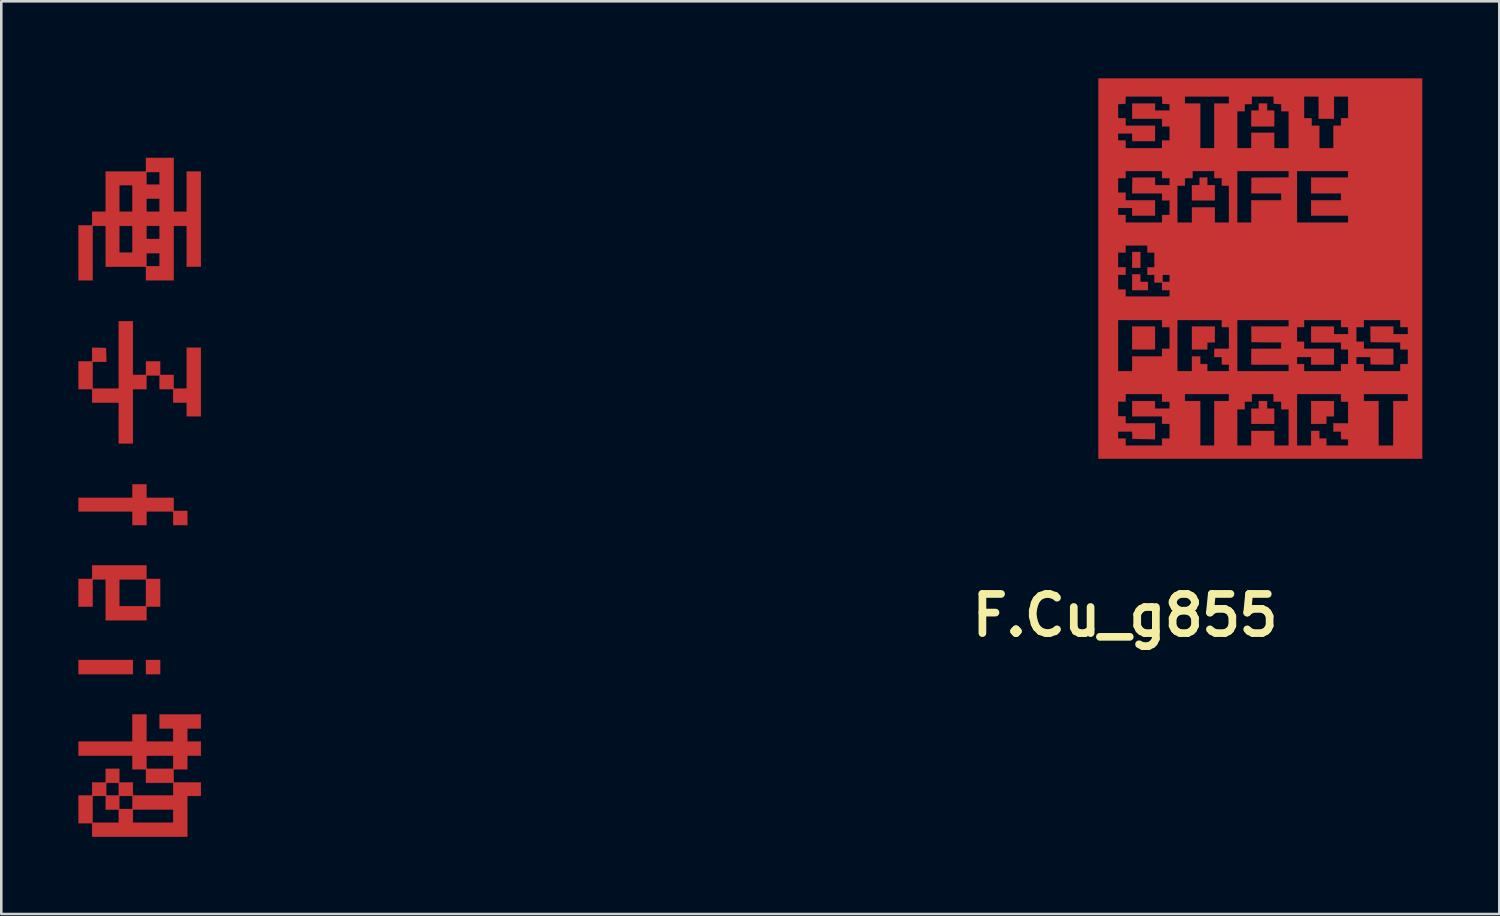
<source format=kicad_pcb>
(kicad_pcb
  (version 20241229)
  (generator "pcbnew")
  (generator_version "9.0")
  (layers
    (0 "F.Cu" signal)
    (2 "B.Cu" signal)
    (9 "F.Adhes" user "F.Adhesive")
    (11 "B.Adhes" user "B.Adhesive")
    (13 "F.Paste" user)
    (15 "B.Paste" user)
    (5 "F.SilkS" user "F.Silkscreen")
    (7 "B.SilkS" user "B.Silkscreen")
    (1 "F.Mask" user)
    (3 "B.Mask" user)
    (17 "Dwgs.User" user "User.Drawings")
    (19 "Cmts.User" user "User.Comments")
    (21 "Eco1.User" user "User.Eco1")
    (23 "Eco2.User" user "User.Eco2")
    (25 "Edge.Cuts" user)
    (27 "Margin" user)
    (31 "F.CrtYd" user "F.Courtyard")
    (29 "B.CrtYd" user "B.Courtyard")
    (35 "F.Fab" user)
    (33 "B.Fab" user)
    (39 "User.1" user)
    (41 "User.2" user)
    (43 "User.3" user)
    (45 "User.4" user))
  (footprint "F.Cu_g855"
    (layer "F.Cu")
    (at 40.73 20.896)
    (property "Reference" "F.Cu_g855" (at 0 0 0) (layer "F.SilkS") (effects (font (size 1.524 1.524) (thickness 0.3))))
    (attr through_hole)
    (fp_poly (pts (xy -38.608 2.286) (xy -40.725 2.286) (xy -40.725 1.736) (xy -38.608 1.736) (xy -38.608 2.286)) (stroke (width 0.01) (type solid)) (fill yes) (layer "F.Cu"))
    (fp_poly (pts (xy -37.55 2.286) (xy -38.1 2.286) (xy -38.1 1.736) (xy -37.55 1.736) (xy -37.55 2.286)) (stroke (width 0.01) (type solid)) (fill yes) (layer "F.Cu"))
    (fp_poly (pts (xy 0.593 -13.525) (xy 0.275 -13.525) (xy 0.275 -14.139) (xy 0.593 -14.139) (xy 0.593 -13.525)) (stroke (width 0.01) (type solid)) (fill yes) (layer "F.Cu"))
    (fp_poly (pts (xy 1.164 -10.351) (xy 0.275 -10.351) (xy 0.275 -11.239) (xy 1.164 -11.239) (xy 1.164 -10.351)) (stroke (width 0.01) (type solid)) (fill yes) (layer "F.Cu"))
    (fp_poly (pts (xy 0.593 -12.975) (xy 0.889 -12.975) (xy 0.889 -12.658) (xy 0.275 -12.658) (xy 0.275 -13.271) (xy 0.593 -13.271) (xy 0.593 -12.975)) (stroke (width 0.01) (type solid)) (fill yes) (layer "F.Cu"))
    (fp_poly (pts (xy 3.493 -10.626) (xy 3.196 -10.626) (xy 3.196 -10.351) (xy 2.603 -10.351) (xy 2.603 -11.239) (xy 3.493 -11.239) (xy 3.493 -10.626)) (stroke (width 0.01) (type solid)) (fill yes) (layer "F.Cu"))
    (fp_poly (pts (xy 8.128 -7.747) (xy 7.832 -7.747) (xy 7.832 -7.451) (xy 7.239 -7.451) (xy 7.239 -8.34) (xy 8.128 -8.34) (xy 8.128 -7.747)) (stroke (width 0.01) (type solid)) (fill yes) (layer "F.Cu"))
    (fp_poly (pts (xy 3.196 -16.743) (xy 3.493 -16.743) (xy 3.493 -16.15) (xy 2.603 -16.15) (xy 2.603 -16.743) (xy 2.9 -16.743) (xy 2.9 -17.039) (xy 3.196 -17.039) (xy 3.196 -16.743)) (stroke (width 0.01) (type solid)) (fill yes) (layer "F.Cu"))
    (fp_poly (pts (xy 5.524 -19.643) (xy 5.8 -19.643) (xy 5.8 -19.029) (xy 4.911 -19.029) (xy 4.911 -19.643) (xy 5.207 -19.643) (xy 5.207 -19.918) (xy 5.524 -19.918) (xy 5.524 -19.643)) (stroke (width 0.01) (type solid)) (fill yes) (layer "F.Cu"))
    (fp_poly (pts (xy 5.524 -8.043) (xy 5.8 -8.043) (xy 5.8 -7.451) (xy 4.911 -7.451) (xy 4.911 -8.043) (xy 5.207 -8.043) (xy 5.207 -8.34) (xy 5.524 -8.34) (xy 5.524 -8.043)) (stroke (width 0.01) (type solid)) (fill yes) (layer "F.Cu"))
    (fp_poly (pts (xy -38.079 -4.572) (xy -37.02 -4.572) (xy -37.02 -4.064) (xy -36.491 -4.064) (xy -36.491 -3.514) (xy -37.042 -3.514) (xy -37.042 -4.043) (xy -38.079 -4.043) (xy -38.079 -3.514) (xy -38.629 -3.514) (xy -38.629 -4.043) (xy -40.725 -4.043) (xy -40.725 -4.572) (xy -38.629 -4.572) (xy -38.629 -5.101) (xy -38.079 -5.101) (xy -38.079 -4.572)) (stroke (width 0.01) (type solid)) (fill yes) (layer "F.Cu"))
    (fp_poly (pts (xy -38.079 -1.418) (xy -37.55 -1.418) (xy -37.55 -0.339) (xy -38.079 -0.339) (xy -38.079 0.191) (xy -39.666 0.191) (xy -39.666 -1.397) (xy -39.137 -1.397) (xy -39.137 -0.36) (xy -38.1 -0.36) (xy -38.1 -1.397) (xy -39.137 -1.397) (xy -39.666 -1.397) (xy -40.174 -1.397) (xy -40.174 -0.339) (xy -40.725 -0.339) (xy -40.725 -1.418) (xy -40.196 -1.418) (xy -40.196 -1.947) (xy -38.079 -1.947) (xy -38.079 -1.418)) (stroke (width 0.01) (type solid)) (fill yes) (layer "F.Cu"))
    (fp_poly (pts (xy -38.608 -9.356) (xy -38.1 -9.356) (xy -38.1 -9.885) (xy -37.55 -9.885) (xy -37.55 -9.356) (xy -37.02 -9.356) (xy -37.02 -8.826) (xy -36.513 -8.826) (xy -36.513 -10.414) (xy -35.962 -10.414) (xy -35.962 -7.747) (xy -36.513 -7.747) (xy -36.513 -8.276) (xy -37.042 -8.276) (xy -37.042 -8.805) (xy -37.571 -8.805) (xy -37.571 -9.335) (xy -38.079 -9.335) (xy -38.079 -8.805) (xy -38.608 -8.805) (xy -38.608 -6.689) (xy -39.158 -6.689) (xy -39.158 -8.276) (xy -40.196 -8.276) (xy -40.196 -8.805) (xy -40.725 -8.805) (xy -40.725 -9.885) (xy -40.196 -9.885) (xy -40.196 -10.415) (xy -39.656 -10.403) (xy -39.644 -9.864) (xy -40.174 -9.864) (xy -40.174 -8.826) (xy -39.158 -8.826) (xy -39.158 -11.451) (xy -38.608 -11.451) (xy -38.608 -9.356)) (stroke (width 0.01) (type solid)) (fill yes) (layer "F.Cu"))
    (fp_poly (pts (xy -37.02 -15.706) (xy -36.513 -15.706) (xy -36.513 -17.272) (xy -35.962 -17.272) (xy -35.962 -13.568) (xy -36.513 -13.568) (xy -36.513 -15.155) (xy -37.02 -15.155) (xy -37.02 -13.039) (xy -38.1 -13.039) (xy -38.1 -13.568) (xy -39.666 -13.568) (xy -39.666 -14.097) (xy -38.079 -14.097) (xy -38.079 -13.589) (xy -37.571 -13.589) (xy -37.571 -14.097) (xy -38.079 -14.097) (xy -39.666 -14.097) (xy -39.666 -15.155) (xy -39.137 -15.155) (xy -39.137 -14.118) (xy -38.629 -14.118) (xy -38.629 -15.155) (xy -38.079 -15.155) (xy -38.079 -14.647) (xy -37.571 -14.647) (xy -37.571 -15.155) (xy -38.079 -15.155) (xy -38.629 -15.155) (xy -39.137 -15.155) (xy -39.666 -15.155) (xy -40.174 -15.155) (xy -40.174 -13.039) (xy -40.725 -13.039) (xy -40.725 -15.177) (xy -40.196 -15.177) (xy -40.196 -15.706) (xy -39.666 -15.706) (xy -39.666 -16.743) (xy -39.137 -16.743) (xy -39.137 -15.706) (xy -38.629 -15.706) (xy -38.629 -16.214) (xy -38.079 -16.214) (xy -38.079 -15.706) (xy -37.571 -15.706) (xy -37.571 -16.214) (xy -38.079 -16.214) (xy -38.629 -16.214) (xy -38.629 -16.743) (xy -39.137 -16.743) (xy -39.666 -16.743) (xy -39.666 -17.251) (xy -38.079 -17.251) (xy -38.079 -16.764) (xy -37.571 -16.764) (xy -37.571 -17.251) (xy -38.079 -17.251) (xy -39.666 -17.251) (xy -39.666 -17.272) (xy -38.1 -17.272) (xy -38.1 -17.801) (xy -37.02 -17.801) (xy -37.02 -15.706)) (stroke (width 0.01) (type solid)) (fill yes) (layer "F.Cu"))
    (fp_poly (pts (xy -38.079 4.911) (xy -37.042 4.911) (xy -37.042 4.403) (xy -37.571 4.403) (xy -37.571 3.852) (xy -35.962 3.852) (xy -35.962 4.403) (xy -36.491 4.403) (xy -36.491 4.911) (xy -35.962 4.911) (xy -35.962 5.461) (xy -36.491 5.461) (xy -36.491 5.99) (xy -37.02 5.99) (xy -37.02 6.498) (xy -35.962 6.498) (xy -35.962 7.027) (xy -36.491 7.027) (xy -36.491 8.615) (xy -40.196 8.615) (xy -40.196 8.086) (xy -40.725 8.086) (xy -40.725 7.027) (xy -40.174 7.027) (xy -40.174 8.065) (xy -39.158 8.065) (xy -39.158 7.556) (xy -38.608 7.556) (xy -38.608 8.065) (xy -37.042 8.065) (xy -37.042 7.556) (xy -38.608 7.556) (xy -39.158 7.556) (xy -39.666 7.556) (xy -39.666 7.027) (xy -39.137 7.027) (xy -39.137 7.535) (xy -38.629 7.535) (xy -38.629 7.027) (xy -39.137 7.027) (xy -39.666 7.027) (xy -40.174 7.027) (xy -40.725 7.027) (xy -40.725 7.006) (xy -40.196 7.006) (xy -40.196 6.519) (xy -39.645 6.519) (xy -39.645 7.006) (xy -39.158 7.006) (xy -39.158 6.519) (xy -39.645 6.519) (xy -40.196 6.519) (xy -40.196 6.498) (xy -39.666 6.498) (xy -39.666 5.969) (xy -39.137 5.969) (xy -39.137 6.498) (xy -38.608 6.498) (xy -38.608 7.006) (xy -37.042 7.006) (xy -37.042 6.519) (xy -38.1 6.519) (xy -38.1 5.99) (xy -38.629 5.99) (xy -38.629 5.461) (xy -38.079 5.461) (xy -38.079 5.969) (xy -37.042 5.969) (xy -37.042 5.461) (xy -38.079 5.461) (xy -38.629 5.461) (xy -40.725 5.461) (xy -40.725 4.911) (xy -38.629 4.911) (xy -38.629 3.852) (xy -38.079 3.852) (xy -38.079 4.911)) (stroke (width 0.01) (type solid)) (fill yes) (layer "F.Cu"))
    (fp_poly (pts (xy 11.557 -6.096) (xy -1.037 -6.096) (xy -1.037 -8.319) (xy -0.275 -8.319) (xy -0.275 -7.747) (xy 0.021 -7.747) (xy 0.021 -7.472) (xy 1.164 -7.472) (xy 1.164 -6.857) (xy 0.286 -6.869) (xy 0.273 -7.154) (xy -0.275 -7.154) (xy -0.275 -6.879) (xy 0.021 -6.879) (xy 0.021 -6.604) (xy 1.439 -6.604) (xy 1.439 -6.879) (xy 1.736 -6.879) (xy 1.736 -7.451) (xy 1.439 -7.451) (xy 1.439 -7.747) (xy 0.275 -7.747) (xy 0.275 -8.34) (xy 1.164 -8.34) (xy 1.164 -8.043) (xy 1.736 -8.043) (xy 1.736 -8.319) (xy 1.439 -8.319) (xy 1.439 -8.615) (xy 2.328 -8.615) (xy 2.328 -8.34) (xy 2.921 -8.34) (xy 2.921 -6.604) (xy 3.471 -6.604) (xy 3.471 -8.022) (xy 4.36 -8.022) (xy 4.36 -6.604) (xy 4.911 -6.604) (xy 4.911 -7.176) (xy 5.8 -7.176) (xy 5.8 -6.604) (xy 6.371 -6.604) (xy 6.371 -8.022) (xy 6.075 -8.022) (xy 6.075 -8.319) (xy 5.779 -8.319) (xy 5.779 -8.615) (xy 6.689 -8.615) (xy 6.689 -6.604) (xy 7.239 -6.604) (xy 7.239 -7.176) (xy 7.556 -7.176) (xy 7.556 -6.879) (xy 7.832 -6.879) (xy 7.832 -6.604) (xy 8.678 -6.604) (xy 8.678 -6.858) (xy 8.403 -6.858) (xy 8.403 -7.154) (xy 8.107 -7.154) (xy 8.107 -7.472) (xy 8.678 -7.472) (xy 8.678 -8.319) (xy 8.403 -8.319) (xy 8.403 -8.615) (xy 9.292 -8.615) (xy 9.292 -8.34) (xy 9.864 -8.34) (xy 9.864 -6.604) (xy 10.435 -6.604) (xy 10.435 -8.34) (xy 11.007 -8.34) (xy 11.007 -8.615) (xy 9.292 -8.615) (xy 8.403 -8.615) (xy 6.689 -8.615) (xy 5.779 -8.615) (xy 4.932 -8.615) (xy 4.932 -8.319) (xy 4.657 -8.319) (xy 4.657 -8.022) (xy 4.36 -8.022) (xy 3.471 -8.022) (xy 3.471 -8.34) (xy 4.043 -8.34) (xy 4.043 -8.615) (xy 2.328 -8.615) (xy 1.439 -8.615) (xy 0.021 -8.615) (xy 0.021 -8.319) (xy -0.275 -8.319) (xy -1.037 -8.319) (xy -1.037 -11.493) (xy -0.275 -11.493) (xy -0.275 -9.504) (xy 0.275 -9.504) (xy 0.275 -10.075) (xy 1.439 -10.075) (xy 1.439 -10.372) (xy 1.736 -10.372) (xy 1.736 -11.218) (xy 1.439 -11.218) (xy 1.439 -11.493) (xy 2.032 -11.493) (xy 2.032 -9.504) (xy 2.603 -9.504) (xy 2.603 -10.075) (xy 2.921 -10.075) (xy 2.921 -9.779) (xy 3.196 -9.779) (xy 3.196 -9.504) (xy 4.043 -9.504) (xy 4.043 -9.758) (xy 3.768 -9.758) (xy 3.768 -10.054) (xy 3.471 -10.054) (xy 3.471 -10.372) (xy 4.043 -10.372) (xy 4.043 -11.218) (xy 3.768 -11.218) (xy 3.768 -11.493) (xy 4.36 -11.493) (xy 4.36 -9.504) (xy 6.371 -9.504) (xy 6.371 -9.758) (xy 4.911 -9.758) (xy 4.911 -10.372) (xy 6.075 -10.372) (xy 6.075 -10.625) (xy 5.498 -10.631) (xy 4.921 -10.636) (xy 4.91 -11.218) (xy 6.689 -11.218) (xy 6.689 -10.647) (xy 6.964 -10.647) (xy 6.964 -10.372) (xy 8.128 -10.372) (xy 8.128 -9.758) (xy 7.239 -9.758) (xy 7.239 -10.054) (xy 6.689 -10.054) (xy 6.689 -9.779) (xy 6.964 -9.779) (xy 6.964 -9.504) (xy 8.403 -9.504) (xy 8.403 -9.779) (xy 8.678 -9.779) (xy 8.678 -10.351) (xy 8.403 -10.351) (xy 8.403 -10.626) (xy 7.239 -10.626) (xy 7.239 -11.239) (xy 8.128 -11.239) (xy 8.128 -10.943) (xy 8.678 -10.943) (xy 8.678 -11.218) (xy 8.996 -11.218) (xy 8.996 -10.647) (xy 9.292 -10.647) (xy 9.292 -10.372) (xy 10.435 -10.372) (xy 10.435 -9.757) (xy 9.557 -9.768) (xy 9.544 -10.054) (xy 8.996 -10.054) (xy 8.996 -9.779) (xy 9.292 -9.779) (xy 9.292 -9.504) (xy 10.71 -9.504) (xy 10.71 -9.779) (xy 11.007 -9.779) (xy 11.007 -10.351) (xy 10.71 -10.351) (xy 10.71 -10.625) (xy 10.134 -10.631) (xy 9.557 -10.636) (xy 9.545 -11.239) (xy 10.435 -11.239) (xy 10.435 -10.943) (xy 11.007 -10.943) (xy 11.007 -11.218) (xy 10.71 -11.218) (xy 10.71 -11.493) (xy 9.292 -11.493) (xy 9.292 -11.218) (xy 8.996 -11.218) (xy 8.678 -11.218) (xy 8.403 -11.218) (xy 8.403 -11.493) (xy 6.964 -11.493) (xy 6.964 -11.218) (xy 6.689 -11.218) (xy 4.91 -11.218) (xy 4.91 -11.239) (xy 6.371 -11.239) (xy 6.371 -11.493) (xy 4.36 -11.493) (xy 3.768 -11.493) (xy 2.032 -11.493) (xy 1.439 -11.493) (xy -0.275 -11.493) (xy -1.037 -11.493) (xy -1.037 -14.118) (xy -0.275 -14.118) (xy -0.275 -13.547) (xy 0.021 -13.547) (xy 0.021 -13.25) (xy -0.275 -13.25) (xy -0.275 -12.679) (xy 0.021 -12.679) (xy 0.021 -12.404) (xy 1.736 -12.404) (xy 1.736 -12.658) (xy 1.439 -12.658) (xy 1.439 -12.954) (xy 1.143 -12.954) (xy 1.143 -13.25) (xy 1.46 -13.25) (xy 1.46 -12.975) (xy 1.736 -12.975) (xy 1.736 -13.25) (xy 1.46 -13.25) (xy 1.143 -13.25) (xy 0.868 -13.25) (xy 0.868 -13.547) (xy 1.143 -13.547) (xy 1.143 -14.118) (xy 0.868 -14.118) (xy 0.868 -14.393) (xy 0.021 -14.393) (xy 0.021 -14.118) (xy -0.275 -14.118) (xy -1.037 -14.118) (xy -1.037 -17.018) (xy -0.275 -17.018) (xy -0.275 -16.447) (xy 0.021 -16.447) (xy 0.021 -16.15) (xy 1.164 -16.15) (xy 1.164 -15.557) (xy 0.275 -15.557) (xy 0.275 -15.854) (xy -0.275 -15.854) (xy -0.275 -15.579) (xy 0.021 -15.579) (xy 0.021 -15.282) (xy 1.439 -15.282) (xy 1.439 -15.579) (xy 1.736 -15.579) (xy 1.736 -16.15) (xy 1.439 -16.15) (xy 1.439 -16.425) (xy 0.274 -16.425) (xy 0.28 -16.722) (xy 2.032 -16.722) (xy 2.032 -15.282) (xy 2.603 -15.282) (xy 2.603 -15.875) (xy 3.493 -15.875) (xy 3.493 -15.282) (xy 4.043 -15.282) (xy 4.043 -16.722) (xy 3.768 -16.722) (xy 3.768 -17.018) (xy 3.471 -17.018) (xy 3.471 -17.293) (xy 4.36 -17.293) (xy 4.36 -15.282) (xy 4.911 -15.282) (xy 4.911 -16.15) (xy 6.075 -16.15) (xy 6.075 -16.425) (xy 4.91 -16.425) (xy 4.921 -17.029) (xy 5.646 -17.034) (xy 6.371 -17.04) (xy 6.371 -17.293) (xy 6.689 -17.293) (xy 6.689 -15.282) (xy 8.678 -15.282) (xy 8.678 -15.557) (xy 7.239 -15.557) (xy 7.239 -16.15) (xy 8.403 -16.15) (xy 8.403 -16.425) (xy 7.239 -16.425) (xy 7.239 -17.039) (xy 8.678 -17.039) (xy 8.678 -17.293) (xy 6.689 -17.293) (xy 6.371 -17.293) (xy 4.36 -17.293) (xy 3.471 -17.293) (xy 2.625 -17.293) (xy 2.625 -17.018) (xy 2.328 -17.018) (xy 2.328 -16.722) (xy 2.032 -16.722) (xy 0.28 -16.722) (xy 0.286 -17.029) (xy 1.164 -17.04) (xy 1.164 -16.743) (xy 1.736 -16.743) (xy 1.736 -17.018) (xy 1.439 -17.018) (xy 1.439 -17.293) (xy 0.021 -17.293) (xy 0.021 -17.018) (xy -0.275 -17.018) (xy -1.037 -17.018) (xy -1.037 -19.895) (xy -0.275 -19.895) (xy -0.275 -19.346) (xy 0.021 -19.346) (xy 0.021 -19.05) (xy 1.164 -19.05) (xy 1.164 -18.457) (xy 0.275 -18.457) (xy 0.275 -18.754) (xy -0.275 -18.754) (xy -0.275 -18.479) (xy 0.021 -18.479) (xy 0.021 -18.182) (xy 1.439 -18.182) (xy 1.439 -18.479) (xy 1.736 -18.479) (xy 1.736 -19.029) (xy 1.439 -19.029) (xy 1.439 -19.325) (xy 0.275 -19.325) (xy 0.275 -19.918) (xy 1.164 -19.918) (xy 1.164 -19.643) (xy 1.736 -19.643) (xy 1.736 -19.895) (xy 1.593 -19.901) (xy 1.45 -19.907) (xy 1.444 -20.05) (xy 1.437 -20.193) (xy 2.328 -20.193) (xy 2.328 -19.918) (xy 2.921 -19.918) (xy 2.921 -18.182) (xy 3.471 -18.182) (xy 3.471 -19.622) (xy 4.36 -19.622) (xy 4.36 -18.182) (xy 4.911 -18.182) (xy 4.911 -18.775) (xy 5.8 -18.775) (xy 5.8 -18.182) (xy 6.371 -18.182) (xy 6.371 -19.622) (xy 6.075 -19.622) (xy 6.075 -19.895) (xy 5.932 -19.901) (xy 5.789 -19.907) (xy 5.777 -20.193) (xy 6.964 -20.193) (xy 6.964 -19.346) (xy 7.26 -19.346) (xy 7.26 -19.05) (xy 7.556 -19.05) (xy 7.556 -18.182) (xy 8.107 -18.182) (xy 8.107 -19.05) (xy 8.403 -19.05) (xy 8.403 -19.346) (xy 8.678 -19.346) (xy 8.678 -20.193) (xy 8.128 -20.193) (xy 8.128 -19.325) (xy 7.535 -19.325) (xy 7.535 -20.193) (xy 6.964 -20.193) (xy 5.777 -20.193) (xy 4.932 -20.193) (xy 4.932 -19.897) (xy 4.657 -19.897) (xy 4.657 -19.622) (xy 4.36 -19.622) (xy 3.471 -19.622) (xy 3.471 -19.918) (xy 4.043 -19.918) (xy 4.043 -20.193) (xy 2.328 -20.193) (xy 1.437 -20.193) (xy 0.023 -20.193) (xy 0.017 -20.05) (xy 0.011 -19.907) (xy -0.132 -19.901) (xy -0.275 -19.895) (xy -1.037 -19.895) (xy -1.037 -20.892) (xy 11.557 -20.892) (xy 11.557 -6.096)) (stroke (width 0.01) (type solid)) (fill yes) (layer "F.Cu")))
  (gr_rect
    (start -3 -3)
    (end 55.292 32.516)
    (stroke (width 0.1) (type default))
    (fill no)
    (layer "Edge.Cuts")))
</source>
